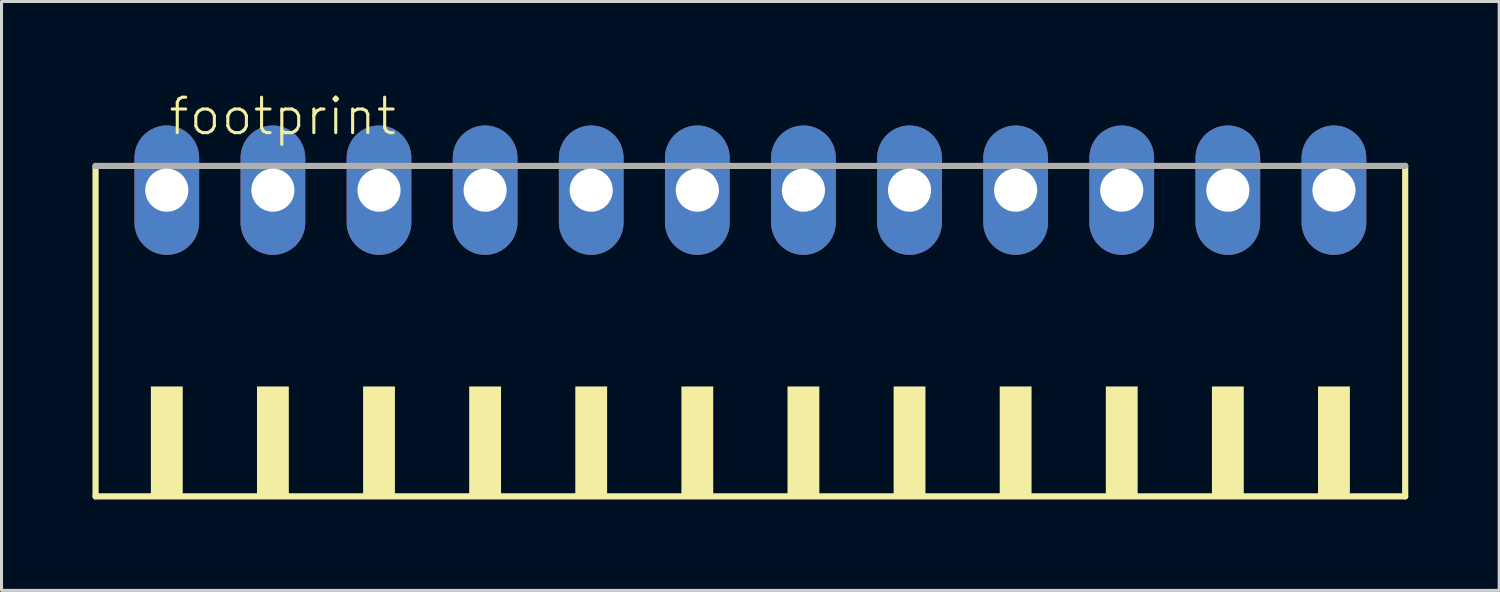
<source format=kicad_pcb>
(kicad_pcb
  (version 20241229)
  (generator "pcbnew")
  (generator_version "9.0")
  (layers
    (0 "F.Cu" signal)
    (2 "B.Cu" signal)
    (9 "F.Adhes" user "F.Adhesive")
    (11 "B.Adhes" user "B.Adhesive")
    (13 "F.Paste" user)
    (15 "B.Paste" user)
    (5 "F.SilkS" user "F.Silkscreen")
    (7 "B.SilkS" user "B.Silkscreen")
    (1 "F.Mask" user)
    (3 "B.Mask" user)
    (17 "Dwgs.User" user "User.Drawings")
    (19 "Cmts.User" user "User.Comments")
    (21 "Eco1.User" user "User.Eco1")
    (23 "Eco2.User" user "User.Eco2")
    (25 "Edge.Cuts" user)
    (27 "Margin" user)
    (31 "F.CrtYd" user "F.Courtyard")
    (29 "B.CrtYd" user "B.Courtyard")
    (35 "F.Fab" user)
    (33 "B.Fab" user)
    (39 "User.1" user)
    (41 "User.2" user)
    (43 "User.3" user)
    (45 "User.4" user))
  (footprint "footprint"
    (layer "F.Cu")
    (at 21.702 8.473)
    (property "Reference" "footprint" (at -19.25 -7 0) (layer "F.SilkS") (effects (font (size 1.168 1.168) (thickness 0.102)) (justify left bottom)))
    (fp_line (start -21.6 -6.05) (end -21.6 4.85) (stroke (width 0.203) (type solid)) (layer "F.SilkS"))
    (fp_line (start -21.6 4.85) (end 21.6 4.85) (stroke (width 0.203) (type solid)) (layer "F.SilkS"))
    (fp_line (start 21.6 4.85) (end 21.6 -6.05) (stroke (width 0.203) (type solid)) (layer "F.SilkS"))
    (fp_poly (pts (xy -19.775 4.9) (xy -18.725 4.9) (xy -18.725 1.225) (xy -19.775 1.225)) (stroke (width 0) (type solid)) (fill yes) (layer "F.SilkS"))
    (fp_poly (pts (xy -16.275 4.9) (xy -15.225 4.9) (xy -15.225 1.225) (xy -16.275 1.225)) (stroke (width 0) (type solid)) (fill yes) (layer "F.SilkS"))
    (fp_poly (pts (xy -12.775 4.9) (xy -11.725 4.9) (xy -11.725 1.225) (xy -12.775 1.225)) (stroke (width 0) (type solid)) (fill yes) (layer "F.SilkS"))
    (fp_poly (pts (xy -9.275 4.9) (xy -8.225 4.9) (xy -8.225 1.225) (xy -9.275 1.225)) (stroke (width 0) (type solid)) (fill yes) (layer "F.SilkS"))
    (fp_poly (pts (xy -5.775 4.9) (xy -4.725 4.9) (xy -4.725 1.225) (xy -5.775 1.225)) (stroke (width 0) (type solid)) (fill yes) (layer "F.SilkS"))
    (fp_poly (pts (xy -2.275 4.9) (xy -1.225 4.9) (xy -1.225 1.225) (xy -2.275 1.225)) (stroke (width 0) (type solid)) (fill yes) (layer "F.SilkS"))
    (fp_poly (pts (xy 1.225 4.9) (xy 2.275 4.9) (xy 2.275 1.225) (xy 1.225 1.225)) (stroke (width 0) (type solid)) (fill yes) (layer "F.SilkS"))
    (fp_poly (pts (xy 4.725 4.9) (xy 5.775 4.9) (xy 5.775 1.225) (xy 4.725 1.225)) (stroke (width 0) (type solid)) (fill yes) (layer "F.SilkS"))
    (fp_poly (pts (xy 8.225 4.9) (xy 9.275 4.9) (xy 9.275 1.225) (xy 8.225 1.225)) (stroke (width 0) (type solid)) (fill yes) (layer "F.SilkS"))
    (fp_poly (pts (xy 11.725 4.9) (xy 12.775 4.9) (xy 12.775 1.225) (xy 11.725 1.225)) (stroke (width 0) (type solid)) (fill yes) (layer "F.SilkS"))
    (fp_poly (pts (xy 15.225 4.9) (xy 16.275 4.9) (xy 16.275 1.225) (xy 15.225 1.225)) (stroke (width 0) (type solid)) (fill yes) (layer "F.SilkS"))
    (fp_poly (pts (xy 18.725 4.9) (xy 19.775 4.9) (xy 19.775 1.225) (xy 18.725 1.225)) (stroke (width 0) (type solid)) (fill yes) (layer "F.SilkS"))
    (fp_line (start 21.6 -6.05) (end -21.6 -6.05) (stroke (width 0.203) (type solid)) (layer "F.Fab"))
    (pad "1" thru_hole oval (at -19.25 -5.25 90) (size 4.267 2.134) (drill 1.422) (layers "*.Cu" "*.Mask"))
    (pad "2" thru_hole oval (at -15.75 -5.25 90) (size 4.267 2.134) (drill 1.422) (layers "*.Cu" "*.Mask"))
    (pad "3" thru_hole oval (at -12.25 -5.25 90) (size 4.267 2.134) (drill 1.422) (layers "*.Cu" "*.Mask"))
    (pad "4" thru_hole oval (at -8.75 -5.25 90) (size 4.267 2.134) (drill 1.422) (layers "*.Cu" "*.Mask"))
    (pad "5" thru_hole oval (at -5.25 -5.25 90) (size 4.267 2.134) (drill 1.422) (layers "*.Cu" "*.Mask"))
    (pad "6" thru_hole oval (at -1.75 -5.25 90) (size 4.267 2.134) (drill 1.422) (layers "*.Cu" "*.Mask"))
    (pad "7" thru_hole oval (at 1.75 -5.25 90) (size 4.267 2.134) (drill 1.422) (layers "*.Cu" "*.Mask"))
    (pad "8" thru_hole oval (at 5.25 -5.25 90) (size 4.267 2.134) (drill 1.422) (layers "*.Cu" "*.Mask"))
    (pad "9" thru_hole oval (at 8.75 -5.25 90) (size 4.267 2.134) (drill 1.422) (layers "*.Cu" "*.Mask"))
    (pad "10" thru_hole oval (at 12.25 -5.25 90) (size 4.267 2.134) (drill 1.422) (layers "*.Cu" "*.Mask"))
    (pad "11" thru_hole oval (at 15.75 -5.25 90) (size 4.267 2.134) (drill 1.422) (layers "*.Cu" "*.Mask"))
    (pad "12" thru_hole oval (at 19.25 -5.25 90) (size 4.267 2.134) (drill 1.422) (layers "*.Cu" "*.Mask")))
  (gr_rect
    (start -3 -3)
    (end 46.403 16.425)
    (stroke (width 0.1) (type default))
    (fill no)
    (layer "Edge.Cuts")))
</source>
